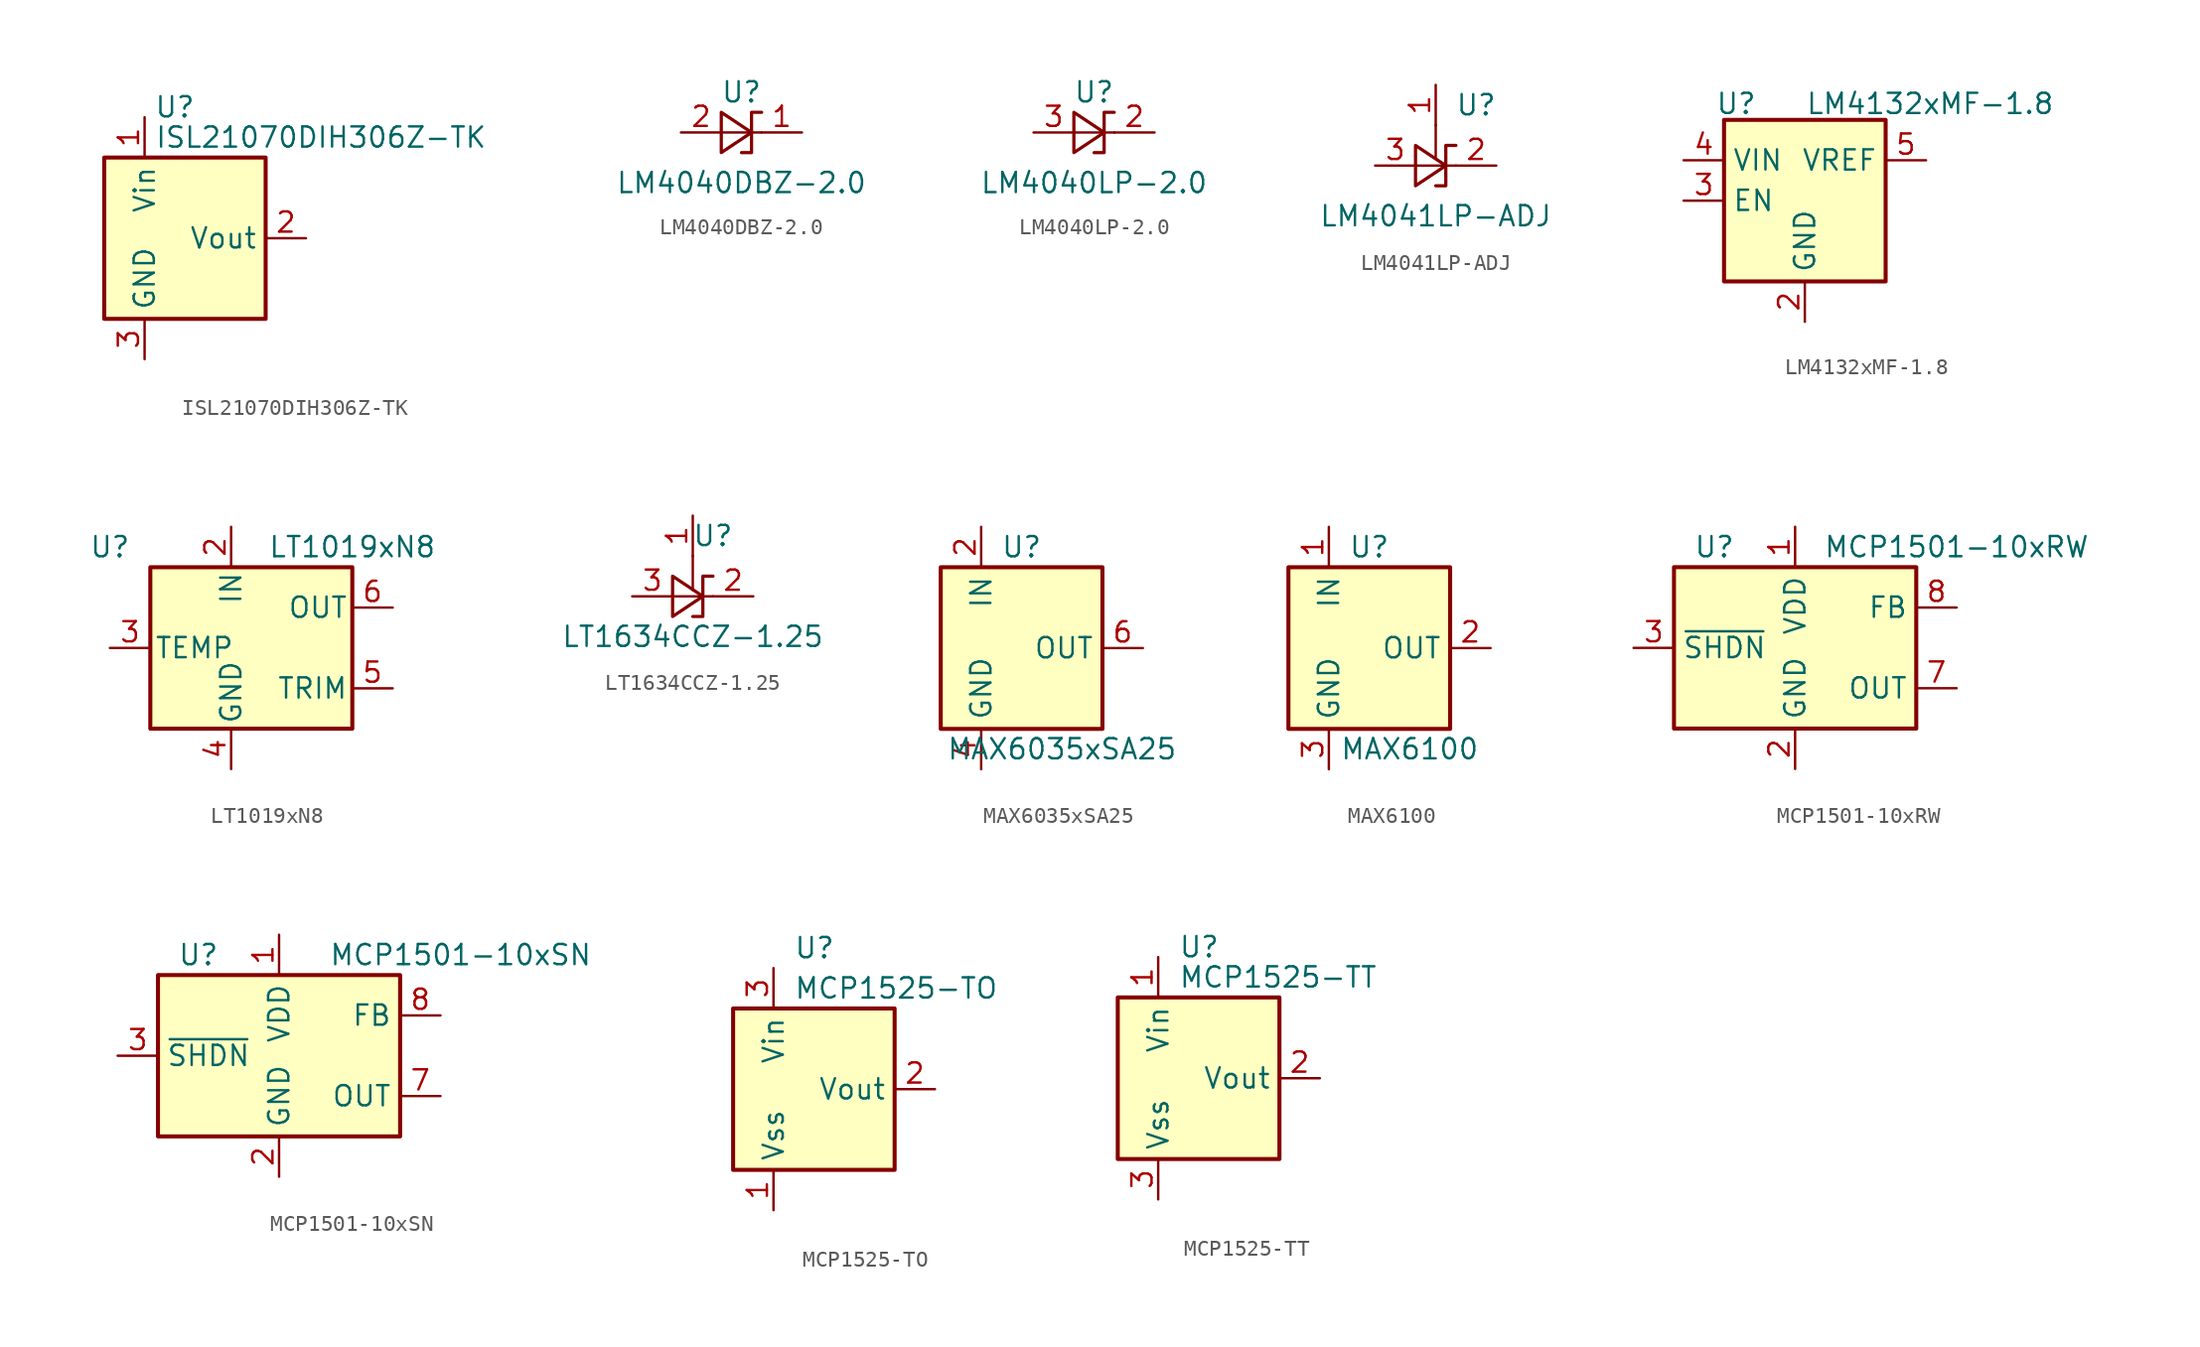
<source format=kicad_sym>
(kicad_symbol_lib
  (version 20211014)
  (generator kicad_symbol_editor)
  (symbol "ISL21070DIH306Z-TK"
    (property "Reference" "U"
      (at -0.635 8.255 0)
      (effects (font (size 1.27 1.27))))
    (property "Value" "ISL21070DIH306Z-TK"
      (at -1.905 6.35 0)
      (effects (font (size 1.27 1.27)) (justify left)))
    (symbol "ISL21070DIH306Z-TK_0_1"
      (rectangle (start -5.08 5.08) (end 5.08 -5.08) (stroke (width 0.254) (type default) (color 0 0 0 0)) (fill (type background))))
    (symbol "ISL21070DIH306Z-TK_1_1"
      (pin power_in line (at -2.54 7.62 270) (length 2.54) (name "Vin" (effects (font (size 1.27 1.27)))) (number "1" (effects (font (size 1.27 1.27)))))
      (pin power_out line (at 7.62 0 180) (length 2.54) (name "Vout" (effects (font (size 1.27 1.27)))) (number "2" (effects (font (size 1.27 1.27)))))
      (pin power_in line (at -2.54 -7.62 90) (length 2.54) (name "GND" (effects (font (size 1.27 1.27)))) (number "3" (effects (font (size 1.27 1.27)))))))
  (symbol "LM4040DBZ-2.0"
    (pin_names
      (offset 0.025) hide)
    (property "Reference" "U"
      (at 0 2.54 0)
      (effects (font (size 1.27 1.27))))
    (property "Value" "LM4040DBZ-2.0"
      (at 0 -3.175 0)
      (effects (font (size 1.27 1.27))))
    (symbol "LM4040DBZ-2.0_0_1"
      (polyline (pts (xy -1.27 0) (xy 0 0) (xy 1.27 0)) (stroke (width 0) (type default) (color 0 0 0 0)) (fill (type none)))
      (polyline (pts (xy -1.27 -1.27) (xy 0.635 0) (xy -1.27 1.27) (xy -1.27 -1.27)) (stroke (width 0.203) (type default) (color 0 0 0 0)) (fill (type none)))
      (polyline (pts (xy 0 -1.27) (xy 0.635 -1.27) (xy 0.635 1.27) (xy 1.27 1.27)) (stroke (width 0.203) (type default) (color 0 0 0 0)) (fill (type none))))
    (symbol "LM4040DBZ-2.0_1_1"
      (pin passive line (at 3.81 0 180) (length 2.54) (name "K" (effects (font (size 1.27 1.27)))) (number "1" (effects (font (size 1.27 1.27)))))
      (pin passive line (at -3.81 0 0) (length 2.54) (name "A" (effects (font (size 1.27 1.27)))) (number "2" (effects (font (size 1.27 1.27)))))))
  (symbol "LM4040LP-2.0"
    (pin_names
      (offset 0.025) hide)
    (property "Reference" "U"
      (at 0 2.54 0)
      (effects (font (size 1.27 1.27))))
    (property "Value" "LM4040LP-2.0"
      (at 0 -3.175 0)
      (effects (font (size 1.27 1.27))))
    (symbol "LM4040LP-2.0_0_1"
      (polyline (pts (xy -1.27 0) (xy 0 0) (xy 1.27 0)) (stroke (width 0) (type default) (color 0 0 0 0)) (fill (type none)))
      (polyline (pts (xy -1.27 -1.27) (xy 0.635 0) (xy -1.27 1.27) (xy -1.27 -1.27)) (stroke (width 0.203) (type default) (color 0 0 0 0)) (fill (type none)))
      (polyline (pts (xy 0 -1.27) (xy 0.635 -1.27) (xy 0.635 1.27) (xy 1.27 1.27)) (stroke (width 0.203) (type default) (color 0 0 0 0)) (fill (type none))))
    (symbol "LM4040LP-2.0_1_1"
      (pin passive line (at 3.81 0 180) (length 2.54) (name "K" (effects (font (size 1.27 1.27)))) (number "2" (effects (font (size 1.27 1.27)))))
      (pin passive line (at -3.81 0 0) (length 2.54) (name "A" (effects (font (size 1.27 1.27)))) (number "3" (effects (font (size 1.27 1.27)))))))
  (symbol "LM4041LP-ADJ"
    (pin_names
      (offset 0.025) hide)
    (property "Reference" "U"
      (at 2.54 3.81 0)
      (effects (font (size 1.27 1.27))))
    (property "Value" "LM4041LP-ADJ"
      (at 0 -3.175 0)
      (effects (font (size 1.27 1.27))))
    (symbol "LM4041LP-ADJ_0_1"
      (polyline (pts (xy 0 2.54) (xy 0 0.508)) (stroke (width 0) (type default) (color 0 0 0 0)) (fill (type none)))
      (polyline (pts (xy -1.27 0) (xy 0 0) (xy 1.27 0)) (stroke (width 0) (type default) (color 0 0 0 0)) (fill (type none)))
      (polyline (pts (xy -1.27 -1.27) (xy 0.635 0) (xy -1.27 1.27) (xy -1.27 -1.27)) (stroke (width 0.203) (type default) (color 0 0 0 0)) (fill (type none)))
      (polyline (pts (xy 0 -1.27) (xy 0.635 -1.27) (xy 0.635 1.27) (xy 1.27 1.27)) (stroke (width 0.203) (type default) (color 0 0 0 0)) (fill (type none))))
    (symbol "LM4041LP-ADJ_1_1"
      (pin input line (at 0 5.08 270) (length 2.54) (name "FB" (effects (font (size 1.27 1.27)))) (number "1" (effects (font (size 1.27 1.27)))))
      (pin passive line (at 3.81 0 180) (length 2.54) (name "K" (effects (font (size 1.27 1.27)))) (number "2" (effects (font (size 1.27 1.27)))))
      (pin passive line (at -3.81 0 0) (length 2.54) (name "A" (effects (font (size 1.27 1.27)))) (number "3" (effects (font (size 1.27 1.27)))))))
  (symbol "LM4132xMF-1.8"
    (property "Reference" "U"
      (at -4.318 6.096 0)
      (effects (font (size 1.27 1.27))))
    (property "Value" "LM4132xMF-1.8"
      (at 7.874 6.096 0)
      (effects (font (size 1.27 1.27))))
    (symbol "LM4132xMF-1.8_0_1"
      (rectangle (start -5.08 5.08) (end 5.08 -5.08) (stroke (width 0.254) (type default) (color 0 0 0 0)) (fill (type background))))
    (symbol "LM4132xMF-1.8_1_1"
      (pin no_connect line (at 5.08 0 180) (length 2.54) hide (name "NC" (effects (font (size 1.27 1.27)))) (number "1" (effects (font (size 1.27 1.27)))))
      (pin power_in line (at 0 -7.62 90) (length 2.54) (name "GND" (effects (font (size 1.27 1.27)))) (number "2" (effects (font (size 1.27 1.27)))))
      (pin input line (at -7.62 0 0) (length 2.54) (name "EN" (effects (font (size 1.27 1.27)))) (number "3" (effects (font (size 1.27 1.27)))))
      (pin power_in line (at -7.62 2.54 0) (length 2.54) (name "VIN" (effects (font (size 1.27 1.27)))) (number "4" (effects (font (size 1.27 1.27)))))
      (pin power_out line (at 7.62 2.54 180) (length 2.54) (name "VREF" (effects (font (size 1.27 1.27)))) (number "5" (effects (font (size 1.27 1.27)))))))
  (symbol "LT1019xN8"
    (pin_names
      (offset 0.254))
    (property "Reference" "U"
      (at -7.62 6.35 0)
      (effects (font (size 1.27 1.27))))
    (property "Value" "LT1019xN8"
      (at 7.62 6.35 0)
      (effects (font (size 1.27 1.27))))
    (symbol "LT1019xN8_0_1"
      (rectangle (start 7.62 5.08) (end -5.08 -5.08) (stroke (width 0.254) (type default) (color 0 0 0 0)) (fill (type background))))
    (symbol "LT1019xN8_1_0"
      (pin no_connect line (at -5.08 2.54 0) (length 2.54) hide (name "DNC" (effects (font (size 1.27 1.27)))) (number "1" (effects (font (size 1.27 1.27)))))
      (pin power_in line (at 0 7.62 270) (length 2.54) (name "IN" (effects (font (size 1.27 1.27)))) (number "2" (effects (font (size 1.27 1.27)))))
      (pin passive line (at -7.62 0 0) (length 2.54) (name "TEMP" (effects (font (size 1.27 1.27)))) (number "3" (effects (font (size 1.27 1.27)))))
      (pin power_in line (at 0 -7.62 90) (length 2.54) (name "GND" (effects (font (size 1.27 1.27)))) (number "4" (effects (font (size 1.27 1.27)))))
      (pin passive line (at 10.16 -2.54 180) (length 2.54) (name "TRIM" (effects (font (size 1.27 1.27)))) (number "5" (effects (font (size 1.27 1.27)))))
      (pin power_out line (at 10.16 2.54 180) (length 2.54) (name "OUT" (effects (font (size 1.27 1.27)))) (number "6" (effects (font (size 1.27 1.27)))))
      (pin no_connect line (at 7.62 0 180) (length 2.54) hide (name "DNC" (effects (font (size 1.27 1.27)))) (number "7" (effects (font (size 1.27 1.27)))))
      (pin no_connect line (at -5.08 -2.54 0) (length 2.54) hide (name "DNC" (effects (font (size 1.27 1.27)))) (number "8" (effects (font (size 1.27 1.27)))))))
  (symbol "LT1634CCZ-1.25"
    (pin_names hide)
    (property "Reference" "U"
      (at 1.27 3.81 0)
      (effects (font (size 1.27 1.27))))
    (property "Value" "LT1634CCZ-1.25"
      (at 0 -2.54 0)
      (effects (font (size 1.27 1.27))))
    (symbol "LT1634CCZ-1.25_1_1"
      (polyline (pts (xy 0 2.54) (xy 0 0.381)) (stroke (width 0) (type default) (color 0 0 0 0)) (fill (type none)))
      (polyline (pts (xy -1.27 0) (xy 0 0) (xy 1.27 0)) (stroke (width 0) (type default) (color 0 0 0 0)) (fill (type none)))
      (polyline (pts (xy -1.27 -1.27) (xy 0.635 0) (xy -1.27 1.27) (xy -1.27 -1.27)) (stroke (width 0.203) (type default) (color 0 0 0 0)) (fill (type none)))
      (polyline (pts (xy 0 -1.27) (xy 0.635 -1.27) (xy 0.635 1.27) (xy 1.27 1.27)) (stroke (width 0.203) (type default) (color 0 0 0 0)) (fill (type none)))
      (pin input line (at 0 5.08 270) (length 2.54) (name "Test" (effects (font (size 1.27 1.27)))) (number "1" (effects (font (size 1.27 1.27)))))
      (pin passive line (at 3.81 0 180) (length 2.54) (name "K" (effects (font (size 1.27 1.27)))) (number "2" (effects (font (size 1.27 1.27)))))
      (pin passive line (at -3.81 0 0) (length 2.54) (name "A" (effects (font (size 1.27 1.27)))) (number "3" (effects (font (size 1.27 1.27)))))))
  (symbol "MAX6035xSA25"
    (property "Reference" "U"
      (at 0 6.35 0)
      (effects (font (size 1.27 1.27))))
    (property "Value" "MAX6035xSA25"
      (at 2.54 -6.35 0)
      (effects (font (size 1.27 1.27))))
    (symbol "MAX6035xSA25_0_0"
      (pin no_connect line (at -5.08 0 0) (length 2.54) hide (name "NC" (effects (font (size 1.27 1.27)))) (number "3" (effects (font (size 1.27 1.27)))))
      (pin no_connect line (at 5.08 2.54 180) (length 2.54) hide (name "NC" (effects (font (size 1.27 1.27)))) (number "7" (effects (font (size 1.27 1.27)))))
      (pin no_connect line (at 5.08 -2.54 180) (length 2.54) hide (name "NC" (effects (font (size 1.27 1.27)))) (number "8" (effects (font (size 1.27 1.27))))))
    (symbol "MAX6035xSA25_0_1"
      (rectangle (start -5.08 5.08) (end 5.08 -5.08) (stroke (width 0.254) (type default) (color 0 0 0 0)) (fill (type background))))
    (symbol "MAX6035xSA25_1_1"
      (pin no_connect line (at -5.08 2.54 0) (length 2.54) hide (name "NC" (effects (font (size 1.27 1.27)))) (number "1" (effects (font (size 1.27 1.27)))))
      (pin power_in line (at -2.54 7.62 270) (length 2.54) (name "IN" (effects (font (size 1.27 1.27)))) (number "2" (effects (font (size 1.27 1.27)))))
      (pin power_in line (at -2.54 -7.62 90) (length 2.54) (name "GND" (effects (font (size 1.27 1.27)))) (number "4" (effects (font (size 1.27 1.27)))))
      (pin no_connect line (at -5.08 -2.54 0) (length 2.54) hide (name "NC" (effects (font (size 1.27 1.27)))) (number "5" (effects (font (size 1.27 1.27)))))
      (pin power_out line (at 7.62 0 180) (length 2.54) (name "OUT" (effects (font (size 1.27 1.27)))) (number "6" (effects (font (size 1.27 1.27)))))))
  (symbol "MAX6100"
    (property "Reference" "U"
      (at 0 6.35 0)
      (effects (font (size 1.27 1.27))))
    (property "Value" "MAX6100"
      (at 2.54 -6.35 0)
      (effects (font (size 1.27 1.27))))
    (symbol "MAX6100_0_1"
      (rectangle (start -5.08 5.08) (end 5.08 -5.08) (stroke (width 0.254) (type default) (color 0 0 0 0)) (fill (type background))))
    (symbol "MAX6100_1_1"
      (pin power_in line (at -2.54 7.62 270) (length 2.54) (name "IN" (effects (font (size 1.27 1.27)))) (number "1" (effects (font (size 1.27 1.27)))))
      (pin power_out line (at 7.62 0 180) (length 2.54) (name "OUT" (effects (font (size 1.27 1.27)))) (number "2" (effects (font (size 1.27 1.27)))))
      (pin power_in line (at -2.54 -7.62 90) (length 2.54) (name "GND" (effects (font (size 1.27 1.27)))) (number "3" (effects (font (size 1.27 1.27)))))))
  (symbol "MCP1501-10xRW"
    (property "Reference" "U"
      (at -5.08 6.35 0)
      (effects (font (size 1.27 1.27))))
    (property "Value" "MCP1501-10xRW"
      (at 10.16 6.35 0)
      (effects (font (size 1.27 1.27))))
    (symbol "MCP1501-10xRW_0_0"
      (pin power_in line (at 0 7.62 270) (length 2.54) (name "VDD" (effects (font (size 1.27 1.27)))) (number "1" (effects (font (size 1.27 1.27)))))
      (pin power_in line (at 0 -7.62 90) (length 2.54) (name "GND" (effects (font (size 1.27 1.27)))) (number "2" (effects (font (size 1.27 1.27)))))
      (pin input line (at -10.16 0 0) (length 2.54) (name "~{SHDN}" (effects (font (size 1.27 1.27)))) (number "3" (effects (font (size 1.27 1.27)))))
      (pin passive line (at 0 -7.62 90) (length 2.54) hide (name "GND" (effects (font (size 1.27 1.27)))) (number "4" (effects (font (size 1.27 1.27)))))
      (pin passive line (at 0 -7.62 90) (length 2.54) hide (name "GND" (effects (font (size 1.27 1.27)))) (number "5" (effects (font (size 1.27 1.27)))))
      (pin passive line (at 0 -7.62 90) (length 2.54) hide (name "GND" (effects (font (size 1.27 1.27)))) (number "6" (effects (font (size 1.27 1.27)))))
      (pin power_out line (at 10.16 -2.54 180) (length 2.54) (name "OUT" (effects (font (size 1.27 1.27)))) (number "7" (effects (font (size 1.27 1.27)))))
      (pin input line (at 10.16 2.54 180) (length 2.54) (name "FB" (effects (font (size 1.27 1.27)))) (number "8" (effects (font (size 1.27 1.27))))))
    (symbol "MCP1501-10xRW_0_1"
      (rectangle (start -7.62 5.08) (end 7.62 -5.08) (stroke (width 0.254) (type default) (color 0 0 0 0)) (fill (type background)))))
  (symbol "MCP1501-10xSN"
    (property "Reference" "U"
      (at -5.08 6.35 0)
      (effects (font (size 1.27 1.27))))
    (property "Value" "MCP1501-10xSN"
      (at 11.43 6.35 0)
      (effects (font (size 1.27 1.27))))
    (symbol "MCP1501-10xSN_0_0"
      (pin power_in line (at 0 7.62 270) (length 2.54) (name "VDD" (effects (font (size 1.27 1.27)))) (number "1" (effects (font (size 1.27 1.27)))))
      (pin power_in line (at 0 -7.62 90) (length 2.54) (name "GND" (effects (font (size 1.27 1.27)))) (number "2" (effects (font (size 1.27 1.27)))))
      (pin input line (at -10.16 0 0) (length 2.54) (name "~{SHDN}" (effects (font (size 1.27 1.27)))) (number "3" (effects (font (size 1.27 1.27)))))
      (pin passive line (at 0 -7.62 90) (length 2.54) hide (name "GND" (effects (font (size 1.27 1.27)))) (number "4" (effects (font (size 1.27 1.27)))))
      (pin passive line (at 0 -7.62 90) (length 2.54) hide (name "GND" (effects (font (size 1.27 1.27)))) (number "5" (effects (font (size 1.27 1.27)))))
      (pin passive line (at 0 -7.62 90) (length 2.54) hide (name "GND" (effects (font (size 1.27 1.27)))) (number "6" (effects (font (size 1.27 1.27)))))
      (pin power_out line (at 10.16 -2.54 180) (length 2.54) (name "OUT" (effects (font (size 1.27 1.27)))) (number "7" (effects (font (size 1.27 1.27)))))
      (pin input line (at 10.16 2.54 180) (length 2.54) (name "FB" (effects (font (size 1.27 1.27)))) (number "8" (effects (font (size 1.27 1.27))))))
    (symbol "MCP1501-10xSN_0_1"
      (rectangle (start -7.62 5.08) (end 7.62 -5.08) (stroke (width 0.254) (type default) (color 0 0 0 0)) (fill (type background)))))
  (symbol "MCP1525-TO"
    (property "Reference" "U"
      (at 1.27 8.89 0)
      (effects (font (size 1.27 1.27)) (justify left)))
    (property "Value" "MCP1525-TO"
      (at 1.27 6.35 0)
      (effects (font (size 1.27 1.27)) (justify left)))
    (symbol "MCP1525-TO_0_1"
      (rectangle (start -2.54 5.08) (end 7.62 -5.08) (stroke (width 0.254) (type default) (color 0 0 0 0)) (fill (type background))))
    (symbol "MCP1525-TO_1_1"
      (pin power_in line (at 0 -7.62 90) (length 2.54) (name "Vss" (effects (font (size 1.27 1.27)))) (number "1" (effects (font (size 1.27 1.27)))))
      (pin power_out line (at 10.16 0 180) (length 2.54) (name "Vout" (effects (font (size 1.27 1.27)))) (number "2" (effects (font (size 1.27 1.27)))))
      (pin power_in line (at 0 7.62 270) (length 2.54) (name "Vin" (effects (font (size 1.27 1.27)))) (number "3" (effects (font (size 1.27 1.27)))))))
  (symbol "MCP1525-TT"
    (property "Reference" "U"
      (at 1.27 8.255 0)
      (effects (font (size 1.27 1.27)) (justify left)))
    (property "Value" "MCP1525-TT"
      (at 1.27 6.35 0)
      (effects (font (size 1.27 1.27)) (justify left)))
    (symbol "MCP1525-TT_0_1"
      (rectangle (start -2.54 5.08) (end 7.62 -5.08) (stroke (width 0.254) (type default) (color 0 0 0 0)) (fill (type background))))
    (symbol "MCP1525-TT_1_1"
      (pin power_in line (at 0 7.62 270) (length 2.54) (name "Vin" (effects (font (size 1.27 1.27)))) (number "1" (effects (font (size 1.27 1.27)))))
      (pin power_out line (at 10.16 0 180) (length 2.54) (name "Vout" (effects (font (size 1.27 1.27)))) (number "2" (effects (font (size 1.27 1.27)))))
      (pin power_in line (at 0 -7.62 90) (length 2.54) (name "Vss" (effects (font (size 1.27 1.27)))) (number "3" (effects (font (size 1.27 1.27))))))))
</source>
